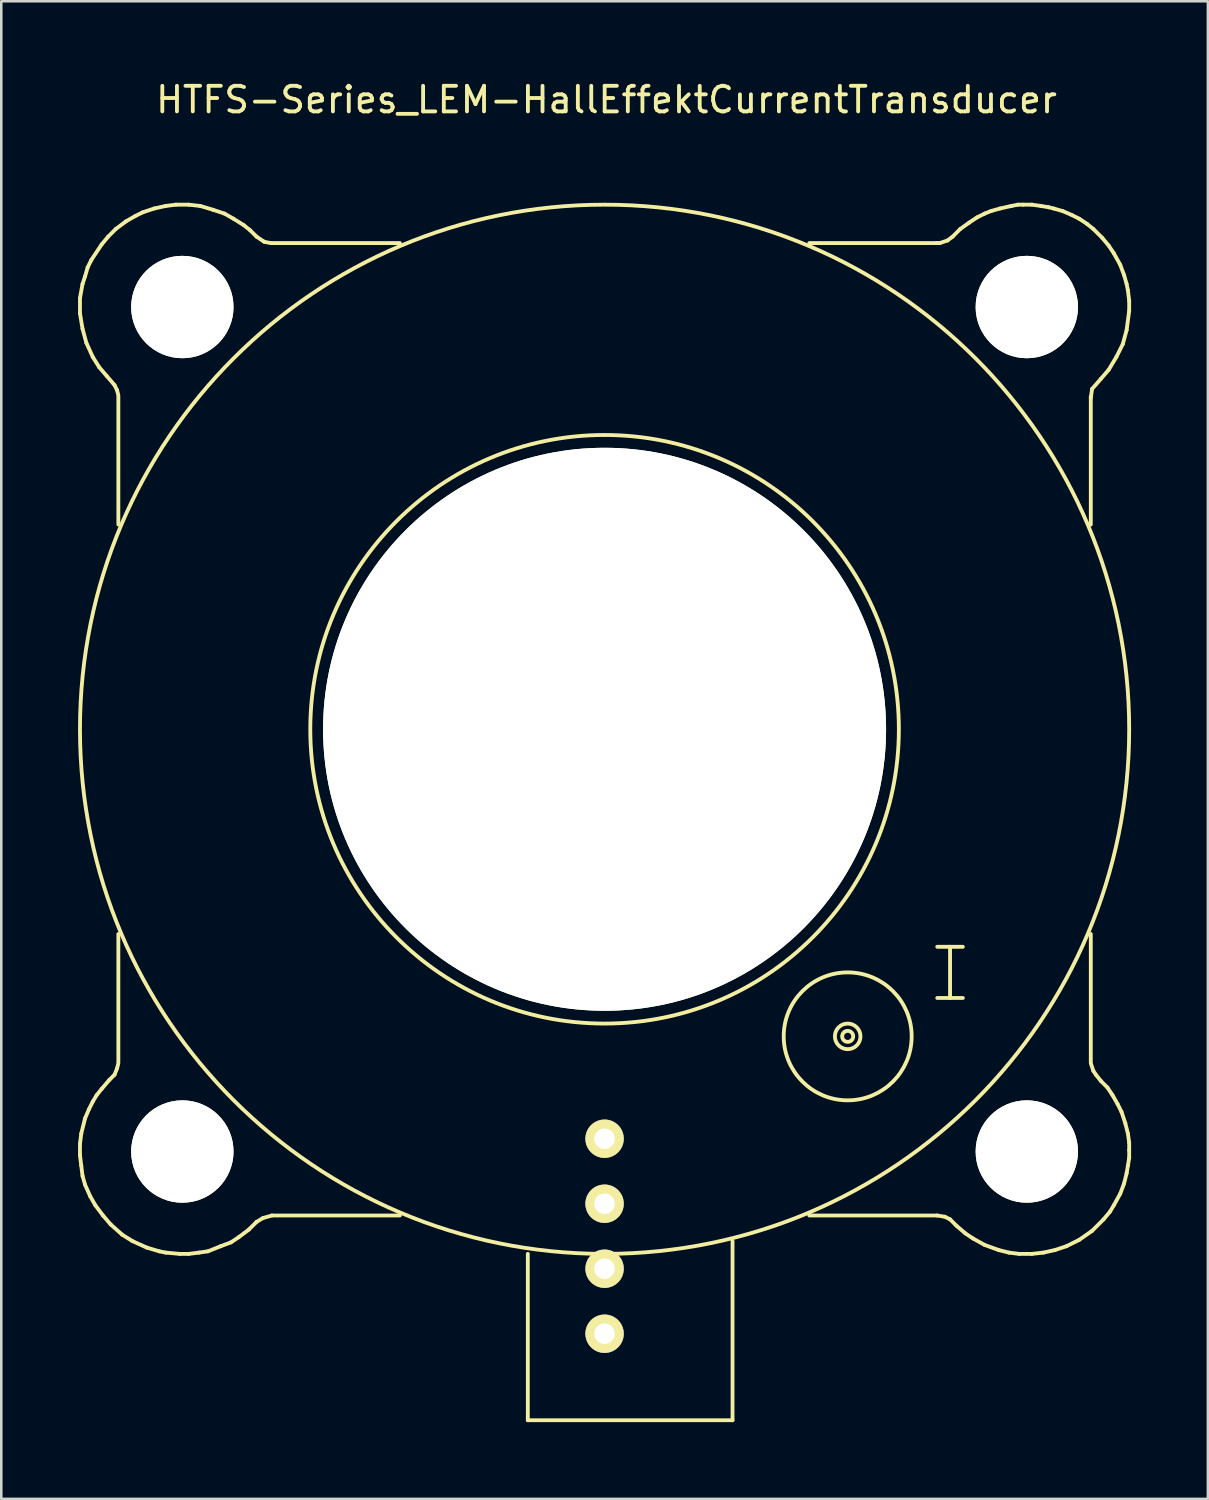
<source format=kicad_pcb>
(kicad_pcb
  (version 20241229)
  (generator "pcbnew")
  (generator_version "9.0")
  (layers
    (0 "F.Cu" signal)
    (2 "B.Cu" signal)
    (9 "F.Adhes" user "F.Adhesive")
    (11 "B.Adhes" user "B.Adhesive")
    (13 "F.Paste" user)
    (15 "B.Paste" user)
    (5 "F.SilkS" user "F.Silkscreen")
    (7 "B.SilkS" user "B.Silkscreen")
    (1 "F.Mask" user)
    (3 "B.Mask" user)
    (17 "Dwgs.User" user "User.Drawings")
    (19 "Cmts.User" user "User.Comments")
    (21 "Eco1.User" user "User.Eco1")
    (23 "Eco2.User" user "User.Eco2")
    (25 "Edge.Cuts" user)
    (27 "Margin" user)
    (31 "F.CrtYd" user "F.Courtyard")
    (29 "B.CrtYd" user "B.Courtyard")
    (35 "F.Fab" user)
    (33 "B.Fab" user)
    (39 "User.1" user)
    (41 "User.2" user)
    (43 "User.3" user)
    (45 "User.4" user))
  (footprint "HTFS-Series_LEM-HallEffektCurrentTransducer"
    (layer "F.Cu")
    (at 20.575 25.448)
    (property "Reference" "HTFS-Series_LEM-HallEffektCurrentTransducer" (at 0.075 -24.6 0) (layer "F.SilkS") (effects (font (size 1 1) (thickness 0.15))))
    (attr through_hole)
    (fp_line (start -20.5 -16.85) (end -20.5 -16.25) (stroke (width 0.15) (type solid)) (layer "F.SilkS"))
    (fp_line (start -20.5 -16.25) (end -20.4 -15.65) (stroke (width 0.15) (type solid)) (layer "F.SilkS"))
    (fp_line (start -20.5 16.2) (end -20.5 16.65) (stroke (width 0.15) (type solid)) (layer "F.SilkS"))
    (fp_line (start -20.5 16.65) (end -20.45 17.05) (stroke (width 0.15) (type solid)) (layer "F.SilkS"))
    (fp_line (start -20.45 15.8) (end -20.5 16.2) (stroke (width 0.15) (type solid)) (layer "F.SilkS"))
    (fp_line (start -20.45 17.05) (end -20.4 17.45) (stroke (width 0.15) (type solid)) (layer "F.SilkS"))
    (fp_line (start -20.4 -17.4) (end -20.5 -16.85) (stroke (width 0.15) (type solid)) (layer "F.SilkS"))
    (fp_line (start -20.4 -15.65) (end -20.25 -15.1) (stroke (width 0.15) (type solid)) (layer "F.SilkS"))
    (fp_line (start -20.4 17.45) (end -20.3 17.8) (stroke (width 0.15) (type solid)) (layer "F.SilkS"))
    (fp_line (start -20.3 -17.7) (end -20.4 -17.4) (stroke (width 0.15) (type solid)) (layer "F.SilkS"))
    (fp_line (start -20.3 15.2) (end -20.45 15.8) (stroke (width 0.15) (type solid)) (layer "F.SilkS"))
    (fp_line (start -20.3 17.8) (end -20.1 18.25) (stroke (width 0.15) (type solid)) (layer "F.SilkS"))
    (fp_line (start -20.25 -15.1) (end -20 -14.55) (stroke (width 0.15) (type solid)) (layer "F.SilkS"))
    (fp_line (start -20.2 -18.05) (end -20.3 -17.7) (stroke (width 0.15) (type solid)) (layer "F.SilkS"))
    (fp_line (start -20.15 14.85) (end -20.3 15.2) (stroke (width 0.15) (type solid)) (layer "F.SilkS"))
    (fp_line (start -20.1 18.25) (end -19.9 18.6) (stroke (width 0.15) (type solid)) (layer "F.SilkS"))
    (fp_line (start -20.05 -18.35) (end -20.2 -18.05) (stroke (width 0.15) (type solid)) (layer "F.SilkS"))
    (fp_line (start -20 -14.55) (end -19.75 -14.15) (stroke (width 0.15) (type solid)) (layer "F.SilkS"))
    (fp_line (start -20 14.55) (end -20.15 14.85) (stroke (width 0.15) (type solid)) (layer "F.SilkS"))
    (fp_line (start -19.9 18.6) (end -19.6 19) (stroke (width 0.15) (type solid)) (layer "F.SilkS"))
    (fp_line (start -19.85 14.3) (end -20 14.55) (stroke (width 0.15) (type solid)) (layer "F.SilkS"))
    (fp_line (start -19.75 -14.15) (end -19.45 -13.8) (stroke (width 0.15) (type solid)) (layer "F.SilkS"))
    (fp_line (start -19.65 -18.95) (end -20.05 -18.35) (stroke (width 0.15) (type solid)) (layer "F.SilkS"))
    (fp_line (start -19.65 14.05) (end -19.85 14.3) (stroke (width 0.15) (type solid)) (layer "F.SilkS"))
    (fp_line (start -19.6 19) (end -19.3 19.35) (stroke (width 0.15) (type solid)) (layer "F.SilkS"))
    (fp_line (start -19.45 -13.8) (end -19.15 -13.45) (stroke (width 0.15) (type solid)) (layer "F.SilkS"))
    (fp_line (start -19.4 -19.25) (end -19.65 -18.95) (stroke (width 0.15) (type solid)) (layer "F.SilkS"))
    (fp_line (start -19.35 13.7) (end -19.65 14.05) (stroke (width 0.15) (type solid)) (layer "F.SilkS"))
    (fp_line (start -19.3 19.35) (end -18.85 19.75) (stroke (width 0.15) (type solid)) (layer "F.SilkS"))
    (fp_line (start -19.15 -13.45) (end -19.05 -13.25) (stroke (width 0.15) (type solid)) (layer "F.SilkS"))
    (fp_line (start -19.15 13.5) (end -19.35 13.7) (stroke (width 0.15) (type solid)) (layer "F.SilkS"))
    (fp_line (start -19.1 -19.55) (end -19.4 -19.25) (stroke (width 0.15) (type solid)) (layer "F.SilkS"))
    (fp_line (start -19.05 -13.25) (end -19 -13.05) (stroke (width 0.15) (type solid)) (layer "F.SilkS"))
    (fp_line (start -19.05 13.25) (end -19.15 13.5) (stroke (width 0.15) (type solid)) (layer "F.SilkS"))
    (fp_line (start -19 -13) (end -19 -8) (stroke (width 0.15) (type solid)) (layer "F.SilkS"))
    (fp_line (start -19 8) (end -19 13) (stroke (width 0.15) (type solid)) (layer "F.SilkS"))
    (fp_line (start -19 13.05) (end -19.05 13.25) (stroke (width 0.15) (type solid)) (layer "F.SilkS"))
    (fp_line (start -18.85 19.75) (end -18.45 20) (stroke (width 0.15) (type solid)) (layer "F.SilkS"))
    (fp_line (start -18.7 -19.85) (end -19.1 -19.55) (stroke (width 0.15) (type solid)) (layer "F.SilkS"))
    (fp_line (start -18.45 20) (end -17.9 20.25) (stroke (width 0.15) (type solid)) (layer "F.SilkS"))
    (fp_line (start -18.35 -20.05) (end -18.7 -19.85) (stroke (width 0.15) (type solid)) (layer "F.SilkS"))
    (fp_line (start -18.05 -20.2) (end -18.35 -20.05) (stroke (width 0.15) (type solid)) (layer "F.SilkS"))
    (fp_line (start -17.9 20.25) (end -17.4 20.4) (stroke (width 0.15) (type solid)) (layer "F.SilkS"))
    (fp_line (start -17.6 -20.35) (end -18.05 -20.2) (stroke (width 0.15) (type solid)) (layer "F.SilkS"))
    (fp_line (start -17.4 20.4) (end -17.15 20.45) (stroke (width 0.15) (type solid)) (layer "F.SilkS"))
    (fp_line (start -17.15 -20.45) (end -17.6 -20.35) (stroke (width 0.15) (type solid)) (layer "F.SilkS"))
    (fp_line (start -17.15 20.45) (end -16.6 20.5) (stroke (width 0.15) (type solid)) (layer "F.SilkS"))
    (fp_line (start -16.75 -20.5) (end -17.15 -20.45) (stroke (width 0.15) (type solid)) (layer "F.SilkS"))
    (fp_line (start -16.6 20.5) (end -16.25 20.5) (stroke (width 0.15) (type solid)) (layer "F.SilkS"))
    (fp_line (start -16.25 -20.5) (end -16.75 -20.5) (stroke (width 0.15) (type solid)) (layer "F.SilkS"))
    (fp_line (start -16.25 20.5) (end -15.85 20.45) (stroke (width 0.15) (type solid)) (layer "F.SilkS"))
    (fp_line (start -15.85 20.45) (end -15.5 20.4) (stroke (width 0.15) (type solid)) (layer "F.SilkS"))
    (fp_line (start -15.8 -20.45) (end -16.25 -20.5) (stroke (width 0.15) (type solid)) (layer "F.SilkS"))
    (fp_line (start -15.5 20.4) (end -15 20.2) (stroke (width 0.15) (type solid)) (layer "F.SilkS"))
    (fp_line (start -15.3 -20.3) (end -15.8 -20.45) (stroke (width 0.15) (type solid)) (layer "F.SilkS"))
    (fp_line (start -15 20.2) (end -14.6 20.05) (stroke (width 0.15) (type solid)) (layer "F.SilkS"))
    (fp_line (start -14.85 -20.15) (end -15.3 -20.3) (stroke (width 0.15) (type solid)) (layer "F.SilkS"))
    (fp_line (start -14.6 20.05) (end -14.3 19.85) (stroke (width 0.15) (type solid)) (layer "F.SilkS"))
    (fp_line (start -14.5 -19.95) (end -14.85 -20.15) (stroke (width 0.15) (type solid)) (layer "F.SilkS"))
    (fp_line (start -14.3 19.85) (end -13.9 19.55) (stroke (width 0.15) (type solid)) (layer "F.SilkS"))
    (fp_line (start -14.1 -19.7) (end -14.5 -19.95) (stroke (width 0.15) (type solid)) (layer "F.SilkS"))
    (fp_line (start -13.9 19.55) (end -13.6 19.25) (stroke (width 0.15) (type solid)) (layer "F.SilkS"))
    (fp_line (start -13.85 -19.5) (end -14.1 -19.7) (stroke (width 0.15) (type solid)) (layer "F.SilkS"))
    (fp_line (start -13.6 -19.25) (end -13.85 -19.5) (stroke (width 0.15) (type solid)) (layer "F.SilkS"))
    (fp_line (start -13.6 19.25) (end -13.35 19.1) (stroke (width 0.15) (type solid)) (layer "F.SilkS"))
    (fp_line (start -13.35 19.1) (end -13 19) (stroke (width 0.15) (type solid)) (layer "F.SilkS"))
    (fp_line (start -13.3 -19.05) (end -13.6 -19.25) (stroke (width 0.15) (type solid)) (layer "F.SilkS"))
    (fp_line (start -13.05 -19) (end -13.3 -19.05) (stroke (width 0.15) (type solid)) (layer "F.SilkS"))
    (fp_line (start -8 -19) (end -13 -19) (stroke (width 0.15) (type solid)) (layer "F.SilkS"))
    (fp_line (start -8 19) (end -13 19) (stroke (width 0.15) (type solid)) (layer "F.SilkS"))
    (fp_line (start -3 27) (end -3 20.5) (stroke (width 0.15) (type solid)) (layer "F.SilkS"))
    (fp_line (start 5 27) (end -3 27) (stroke (width 0.15) (type solid)) (layer "F.SilkS"))
    (fp_line (start 5 27) (end 5 20) (stroke (width 0.15) (type solid)) (layer "F.SilkS"))
    (fp_line (start 8 19) (end 13 19) (stroke (width 0.15) (type solid)) (layer "F.SilkS"))
    (fp_line (start 13 -19) (end 8 -19) (stroke (width 0.15) (type solid)) (layer "F.SilkS"))
    (fp_line (start 13 8.5) (end 14 8.5) (stroke (width 0.15) (type solid)) (layer "F.SilkS"))
    (fp_line (start 13 10.5) (end 14 10.5) (stroke (width 0.15) (type solid)) (layer "F.SilkS"))
    (fp_line (start 13 19) (end 13.3 19.05) (stroke (width 0.15) (type solid)) (layer "F.SilkS"))
    (fp_line (start 13.1 -19) (end 12.95 -19) (stroke (width 0.15) (type solid)) (layer "F.SilkS"))
    (fp_line (start 13.3 19.05) (end 13.5 19.15) (stroke (width 0.15) (type solid)) (layer "F.SilkS"))
    (fp_line (start 13.4 -19.1) (end 13.1 -19) (stroke (width 0.15) (type solid)) (layer "F.SilkS"))
    (fp_line (start 13.5 8.5) (end 13.5 10.5) (stroke (width 0.15) (type solid)) (layer "F.SilkS"))
    (fp_line (start 13.5 19.15) (end 13.75 19.4) (stroke (width 0.15) (type solid)) (layer "F.SilkS"))
    (fp_line (start 13.6 -19.25) (end 13.4 -19.1) (stroke (width 0.15) (type solid)) (layer "F.SilkS"))
    (fp_line (start 13.75 19.4) (end 14.1 19.7) (stroke (width 0.15) (type solid)) (layer "F.SilkS"))
    (fp_line (start 13.9 -19.55) (end 13.6 -19.25) (stroke (width 0.15) (type solid)) (layer "F.SilkS"))
    (fp_line (start 14.1 19.7) (end 14.4 19.9) (stroke (width 0.15) (type solid)) (layer "F.SilkS"))
    (fp_line (start 14.25 -19.8) (end 13.9 -19.55) (stroke (width 0.15) (type solid)) (layer "F.SilkS"))
    (fp_line (start 14.4 19.9) (end 14.85 20.15) (stroke (width 0.15) (type solid)) (layer "F.SilkS"))
    (fp_line (start 14.55 -20) (end 14.25 -19.8) (stroke (width 0.15) (type solid)) (layer "F.SilkS"))
    (fp_line (start 14.85 -20.15) (end 14.55 -20) (stroke (width 0.15) (type solid)) (layer "F.SilkS"))
    (fp_line (start 14.85 20.15) (end 15.4 20.35) (stroke (width 0.15) (type solid)) (layer "F.SilkS"))
    (fp_line (start 15.1 -20.25) (end 14.85 -20.15) (stroke (width 0.15) (type solid)) (layer "F.SilkS"))
    (fp_line (start 15.4 20.35) (end 15.8 20.45) (stroke (width 0.15) (type solid)) (layer "F.SilkS"))
    (fp_line (start 15.45 -20.35) (end 15.1 -20.25) (stroke (width 0.15) (type solid)) (layer "F.SilkS"))
    (fp_line (start 15.8 20.45) (end 16.2 20.5) (stroke (width 0.15) (type solid)) (layer "F.SilkS"))
    (fp_line (start 15.9 -20.45) (end 15.45 -20.35) (stroke (width 0.15) (type solid)) (layer "F.SilkS"))
    (fp_line (start 16.15 -20.5) (end 15.9 -20.45) (stroke (width 0.15) (type solid)) (layer "F.SilkS"))
    (fp_line (start 16.2 20.5) (end 16.7 20.5) (stroke (width 0.15) (type solid)) (layer "F.SilkS"))
    (fp_line (start 16.35 -20.5) (end 16.15 -20.5) (stroke (width 0.15) (type solid)) (layer "F.SilkS"))
    (fp_line (start 16.7 -20.5) (end 16.35 -20.5) (stroke (width 0.15) (type solid)) (layer "F.SilkS"))
    (fp_line (start 16.7 20.5) (end 17.15 20.45) (stroke (width 0.15) (type solid)) (layer "F.SilkS"))
    (fp_line (start 17.05 -20.45) (end 16.7 -20.5) (stroke (width 0.15) (type solid)) (layer "F.SilkS"))
    (fp_line (start 17.15 20.45) (end 17.6 20.35) (stroke (width 0.15) (type solid)) (layer "F.SilkS"))
    (fp_line (start 17.35 -20.4) (end 17.05 -20.45) (stroke (width 0.15) (type solid)) (layer "F.SilkS"))
    (fp_line (start 17.55 -20.35) (end 17.35 -20.4) (stroke (width 0.15) (type solid)) (layer "F.SilkS"))
    (fp_line (start 17.6 20.35) (end 18.05 20.2) (stroke (width 0.15) (type solid)) (layer "F.SilkS"))
    (fp_line (start 17.9 -20.25) (end 17.55 -20.35) (stroke (width 0.15) (type solid)) (layer "F.SilkS"))
    (fp_line (start 18.05 20.2) (end 18.55 19.95) (stroke (width 0.15) (type solid)) (layer "F.SilkS"))
    (fp_line (start 18.25 -20.1) (end 17.9 -20.25) (stroke (width 0.15) (type solid)) (layer "F.SilkS"))
    (fp_line (start 18.55 -19.95) (end 18.25 -20.1) (stroke (width 0.15) (type solid)) (layer "F.SilkS"))
    (fp_line (start 18.55 19.95) (end 19.05 19.6) (stroke (width 0.15) (type solid)) (layer "F.SilkS"))
    (fp_line (start 18.85 -19.75) (end 18.55 -19.95) (stroke (width 0.15) (type solid)) (layer "F.SilkS"))
    (fp_line (start 19 -12.95) (end 19.05 -13.3) (stroke (width 0.15) (type solid)) (layer "F.SilkS"))
    (fp_line (start 19 -8) (end 19 -13) (stroke (width 0.15) (type solid)) (layer "F.SilkS"))
    (fp_line (start 19 8) (end 19 13) (stroke (width 0.15) (type solid)) (layer "F.SilkS"))
    (fp_line (start 19.05 -13.3) (end 19.4 -13.7) (stroke (width 0.15) (type solid)) (layer "F.SilkS"))
    (fp_line (start 19.05 19.6) (end 19.5 19.15) (stroke (width 0.15) (type solid)) (layer "F.SilkS"))
    (fp_line (start 19.1 -19.55) (end 18.85 -19.75) (stroke (width 0.15) (type solid)) (layer "F.SilkS"))
    (fp_line (start 19.1 13.35) (end 19 13.05) (stroke (width 0.15) (type solid)) (layer "F.SilkS"))
    (fp_line (start 19.2 13.5) (end 19.1 13.35) (stroke (width 0.15) (type solid)) (layer "F.SilkS"))
    (fp_line (start 19.4 -13.7) (end 19.7 -14.05) (stroke (width 0.15) (type solid)) (layer "F.SilkS"))
    (fp_line (start 19.4 13.75) (end 19.2 13.5) (stroke (width 0.15) (type solid)) (layer "F.SilkS"))
    (fp_line (start 19.45 -19.2) (end 19.1 -19.55) (stroke (width 0.15) (type solid)) (layer "F.SilkS"))
    (fp_line (start 19.5 19.15) (end 19.75 18.85) (stroke (width 0.15) (type solid)) (layer "F.SilkS"))
    (fp_line (start 19.65 14) (end 19.4 13.75) (stroke (width 0.15) (type solid)) (layer "F.SilkS"))
    (fp_line (start 19.7 -18.9) (end 19.45 -19.2) (stroke (width 0.15) (type solid)) (layer "F.SilkS"))
    (fp_line (start 19.7 -14.05) (end 20 -14.55) (stroke (width 0.15) (type solid)) (layer "F.SilkS"))
    (fp_line (start 19.75 18.85) (end 19.9 18.6) (stroke (width 0.15) (type solid)) (layer "F.SilkS"))
    (fp_line (start 19.85 14.3) (end 19.65 14) (stroke (width 0.15) (type solid)) (layer "F.SilkS"))
    (fp_line (start 19.9 -18.6) (end 19.7 -18.9) (stroke (width 0.15) (type solid)) (layer "F.SilkS"))
    (fp_line (start 19.9 18.6) (end 20.15 18.15) (stroke (width 0.15) (type solid)) (layer "F.SilkS"))
    (fp_line (start 20 -14.55) (end 20.25 -15.05) (stroke (width 0.15) (type solid)) (layer "F.SilkS"))
    (fp_line (start 20.05 14.65) (end 19.85 14.3) (stroke (width 0.15) (type solid)) (layer "F.SilkS"))
    (fp_line (start 20.15 -18.15) (end 19.9 -18.6) (stroke (width 0.15) (type solid)) (layer "F.SilkS"))
    (fp_line (start 20.15 18.15) (end 20.3 17.75) (stroke (width 0.15) (type solid)) (layer "F.SilkS"))
    (fp_line (start 20.2 14.95) (end 20.05 14.65) (stroke (width 0.15) (type solid)) (layer "F.SilkS"))
    (fp_line (start 20.25 -15.05) (end 20.4 -15.6) (stroke (width 0.15) (type solid)) (layer "F.SilkS"))
    (fp_line (start 20.3 -17.75) (end 20.15 -18.15) (stroke (width 0.15) (type solid)) (layer "F.SilkS"))
    (fp_line (start 20.3 17.75) (end 20.4 17.35) (stroke (width 0.15) (type solid)) (layer "F.SilkS"))
    (fp_line (start 20.35 15.4) (end 20.2 14.95) (stroke (width 0.15) (type solid)) (layer "F.SilkS"))
    (fp_line (start 20.4 -17.4) (end 20.3 -17.75) (stroke (width 0.15) (type solid)) (layer "F.SilkS"))
    (fp_line (start 20.4 -15.6) (end 20.5 -16.35) (stroke (width 0.15) (type solid)) (layer "F.SilkS"))
    (fp_line (start 20.4 17.35) (end 20.45 17.05) (stroke (width 0.15) (type solid)) (layer "F.SilkS"))
    (fp_line (start 20.45 -17.15) (end 20.4 -17.4) (stroke (width 0.15) (type solid)) (layer "F.SilkS"))
    (fp_line (start 20.45 15.8) (end 20.35 15.4) (stroke (width 0.15) (type solid)) (layer "F.SilkS"))
    (fp_line (start 20.45 17.05) (end 20.5 16.75) (stroke (width 0.15) (type solid)) (layer "F.SilkS"))
    (fp_line (start 20.5 -16.75) (end 20.45 -17.15) (stroke (width 0.15) (type solid)) (layer "F.SilkS"))
    (fp_line (start 20.5 -16.35) (end 20.5 -16.75) (stroke (width 0.15) (type solid)) (layer "F.SilkS"))
    (fp_line (start 20.5 16.15) (end 20.45 15.8) (stroke (width 0.15) (type solid)) (layer "F.SilkS"))
    (fp_line (start 20.5 16.45) (end 20.5 16.15) (stroke (width 0.15) (type solid)) (layer "F.SilkS"))
    (fp_line (start 20.5 16.75) (end 20.5 16.45) (stroke (width 0.15) (type solid)) (layer "F.SilkS"))
    (fp_circle (center 0 0) (end 11.5 0) (stroke (width 0.15) (type solid)) (fill no) (layer "F.SilkS"))
    (fp_circle (center 0 0) (end 20.5 0) (stroke (width 0.15) (type solid)) (fill no) (layer "F.SilkS"))
    (fp_circle (center 9.5 12) (end 9.675 12.125) (stroke (width 0.15) (type solid)) (fill no) (layer "F.SilkS"))
    (fp_circle (center 9.5 12) (end 10 12) (stroke (width 0.15) (type solid)) (fill no) (layer "F.SilkS"))
    (fp_circle (center 9.5 12) (end 11.5 13.5) (stroke (width 0.15) (type solid)) (fill no) (layer "F.SilkS"))
    (pad "" np_thru_hole circle (at -16.5 -16.5) (size 4 4) (drill 4) (layers "*.Cu" "*.Mask" "F.SilkS"))
    (pad "" np_thru_hole circle (at -16.5 16.5) (size 4 4) (drill 4) (layers "*.Cu" "*.Mask" "F.SilkS"))
    (pad "" np_thru_hole circle (at 0 0) (size 22 22) (drill 22) (layers "*.Cu" "*.Mask" "F.SilkS"))
    (pad "" np_thru_hole circle (at 16.5 -16.5) (size 4 4) (drill 4) (layers "*.Cu" "*.Mask" "F.SilkS"))
    (pad "" np_thru_hole circle (at 16.5 16.5) (size 4 4) (drill 4) (layers "*.Cu" "*.Mask" "F.SilkS"))
    (pad "1" thru_hole circle (at 0 23.62) (size 1.5 1.5) (drill 0.8) (layers "*.Cu" "*.Mask" "F.SilkS"))
    (pad "2" thru_hole circle (at 0 21.08) (size 1.5 1.5) (drill 0.8) (layers "*.Cu" "*.Mask" "F.SilkS"))
    (pad "3" thru_hole circle (at 0 18.54) (size 1.5 1.5) (drill 0.8) (layers "*.Cu" "*.Mask" "F.SilkS"))
    (pad "4" thru_hole circle (at 0 16) (size 1.5 1.5) (drill 0.8) (layers "*.Cu" "*.Mask" "F.SilkS")))
  (gr_rect
    (start -3 -3)
    (end 44.15 55.523)
    (stroke (width 0.1) (type default))
    (fill no)
    (layer "Edge.Cuts")))
</source>
